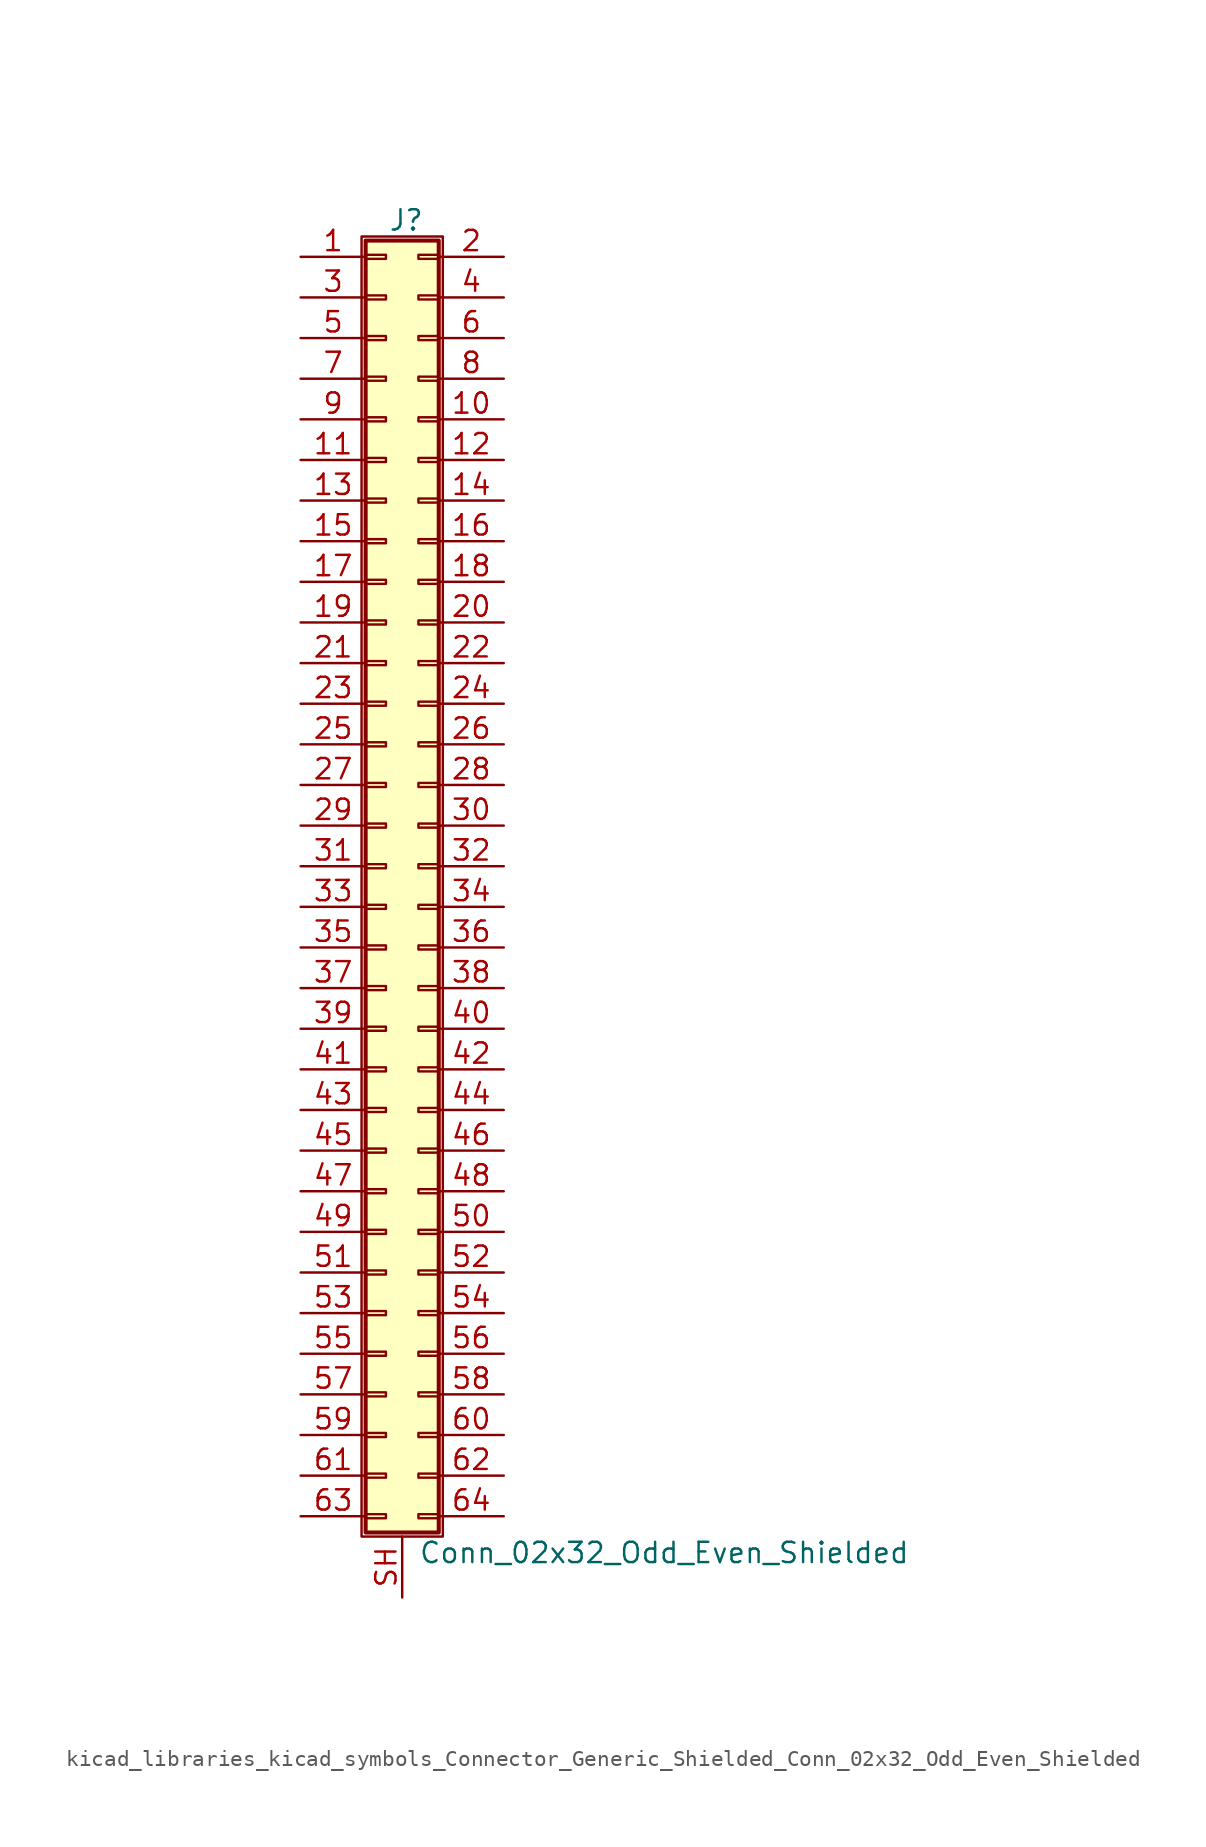
<source format=kicad_sym>
(kicad_symbol_lib
  (version 20220914)
  (generator kicad_symbol_editor)
  (symbol "kicad_libraries_kicad_symbols_Connector_Generic_Shielded_Conn_02x32_Odd_Even_Shielded"
    (pin_names
      (offset 1.016) hide)
    (property "Reference" "J"
      (at 1.524 40.386 0)
      (effects (font (size 1.27 1.27))))
    (property "Value" "Conn_02x32_Odd_Even_Shielded"
      (at 2.286 -42.926 0)
      (effects (font (size 1.27 1.27)) (justify left)))
    (symbol "kicad_libraries_kicad_symbols_Connector_Generic_Shielded_Conn_02x32_Odd_Even_Shielded_1_1"
      (rectangle (start -1.27 39.37) (end 3.81 -41.91) (stroke (width 0.152) (type default)) (fill (type none)))
      (rectangle (start -1.016 -40.513) (end 0.254 -40.767) (stroke (width 0.152) (type default)) (fill (type none)))
      (rectangle (start -1.016 -37.973) (end 0.254 -38.227) (stroke (width 0.152) (type default)) (fill (type none)))
      (rectangle (start -1.016 -35.433) (end 0.254 -35.687) (stroke (width 0.152) (type default)) (fill (type none)))
      (rectangle (start -1.016 -32.893) (end 0.254 -33.147) (stroke (width 0.152) (type default)) (fill (type none)))
      (rectangle (start -1.016 -30.353) (end 0.254 -30.607) (stroke (width 0.152) (type default)) (fill (type none)))
      (rectangle (start -1.016 -27.813) (end 0.254 -28.067) (stroke (width 0.152) (type default)) (fill (type none)))
      (rectangle (start -1.016 -25.273) (end 0.254 -25.527) (stroke (width 0.152) (type default)) (fill (type none)))
      (rectangle (start -1.016 -22.733) (end 0.254 -22.987) (stroke (width 0.152) (type default)) (fill (type none)))
      (rectangle (start -1.016 -20.193) (end 0.254 -20.447) (stroke (width 0.152) (type default)) (fill (type none)))
      (rectangle (start -1.016 -17.653) (end 0.254 -17.907) (stroke (width 0.152) (type default)) (fill (type none)))
      (rectangle (start -1.016 -15.113) (end 0.254 -15.367) (stroke (width 0.152) (type default)) (fill (type none)))
      (rectangle (start -1.016 -12.573) (end 0.254 -12.827) (stroke (width 0.152) (type default)) (fill (type none)))
      (rectangle (start -1.016 -10.033) (end 0.254 -10.287) (stroke (width 0.152) (type default)) (fill (type none)))
      (rectangle (start -1.016 -7.493) (end 0.254 -7.747) (stroke (width 0.152) (type default)) (fill (type none)))
      (rectangle (start -1.016 -4.953) (end 0.254 -5.207) (stroke (width 0.152) (type default)) (fill (type none)))
      (rectangle (start -1.016 -2.413) (end 0.254 -2.667) (stroke (width 0.152) (type default)) (fill (type none)))
      (rectangle (start -1.016 0.127) (end 0.254 -0.127) (stroke (width 0.152) (type default)) (fill (type none)))
      (rectangle (start -1.016 2.667) (end 0.254 2.413) (stroke (width 0.152) (type default)) (fill (type none)))
      (rectangle (start -1.016 5.207) (end 0.254 4.953) (stroke (width 0.152) (type default)) (fill (type none)))
      (rectangle (start -1.016 7.747) (end 0.254 7.493) (stroke (width 0.152) (type default)) (fill (type none)))
      (rectangle (start -1.016 10.287) (end 0.254 10.033) (stroke (width 0.152) (type default)) (fill (type none)))
      (rectangle (start -1.016 12.827) (end 0.254 12.573) (stroke (width 0.152) (type default)) (fill (type none)))
      (rectangle (start -1.016 15.367) (end 0.254 15.113) (stroke (width 0.152) (type default)) (fill (type none)))
      (rectangle (start -1.016 17.907) (end 0.254 17.653) (stroke (width 0.152) (type default)) (fill (type none)))
      (rectangle (start -1.016 20.447) (end 0.254 20.193) (stroke (width 0.152) (type default)) (fill (type none)))
      (rectangle (start -1.016 22.987) (end 0.254 22.733) (stroke (width 0.152) (type default)) (fill (type none)))
      (rectangle (start -1.016 25.527) (end 0.254 25.273) (stroke (width 0.152) (type default)) (fill (type none)))
      (rectangle (start -1.016 28.067) (end 0.254 27.813) (stroke (width 0.152) (type default)) (fill (type none)))
      (rectangle (start -1.016 30.607) (end 0.254 30.353) (stroke (width 0.152) (type default)) (fill (type none)))
      (rectangle (start -1.016 33.147) (end 0.254 32.893) (stroke (width 0.152) (type default)) (fill (type none)))
      (rectangle (start -1.016 35.687) (end 0.254 35.433) (stroke (width 0.152) (type default)) (fill (type none)))
      (rectangle (start -1.016 38.227) (end 0.254 37.973) (stroke (width 0.152) (type default)) (fill (type none)))
      (rectangle (start -1.016 39.116) (end 3.556 -41.656) (stroke (width 0.254) (type default)) (fill (type background)))
      (rectangle (start 3.556 -40.513) (end 2.286 -40.767) (stroke (width 0.152) (type default)) (fill (type none)))
      (rectangle (start 3.556 -37.973) (end 2.286 -38.227) (stroke (width 0.152) (type default)) (fill (type none)))
      (rectangle (start 3.556 -35.433) (end 2.286 -35.687) (stroke (width 0.152) (type default)) (fill (type none)))
      (rectangle (start 3.556 -32.893) (end 2.286 -33.147) (stroke (width 0.152) (type default)) (fill (type none)))
      (rectangle (start 3.556 -30.353) (end 2.286 -30.607) (stroke (width 0.152) (type default)) (fill (type none)))
      (rectangle (start 3.556 -27.813) (end 2.286 -28.067) (stroke (width 0.152) (type default)) (fill (type none)))
      (rectangle (start 3.556 -25.273) (end 2.286 -25.527) (stroke (width 0.152) (type default)) (fill (type none)))
      (rectangle (start 3.556 -22.733) (end 2.286 -22.987) (stroke (width 0.152) (type default)) (fill (type none)))
      (rectangle (start 3.556 -20.193) (end 2.286 -20.447) (stroke (width 0.152) (type default)) (fill (type none)))
      (rectangle (start 3.556 -17.653) (end 2.286 -17.907) (stroke (width 0.152) (type default)) (fill (type none)))
      (rectangle (start 3.556 -15.113) (end 2.286 -15.367) (stroke (width 0.152) (type default)) (fill (type none)))
      (rectangle (start 3.556 -12.573) (end 2.286 -12.827) (stroke (width 0.152) (type default)) (fill (type none)))
      (rectangle (start 3.556 -10.033) (end 2.286 -10.287) (stroke (width 0.152) (type default)) (fill (type none)))
      (rectangle (start 3.556 -7.493) (end 2.286 -7.747) (stroke (width 0.152) (type default)) (fill (type none)))
      (rectangle (start 3.556 -4.953) (end 2.286 -5.207) (stroke (width 0.152) (type default)) (fill (type none)))
      (rectangle (start 3.556 -2.413) (end 2.286 -2.667) (stroke (width 0.152) (type default)) (fill (type none)))
      (rectangle (start 3.556 0.127) (end 2.286 -0.127) (stroke (width 0.152) (type default)) (fill (type none)))
      (rectangle (start 3.556 2.667) (end 2.286 2.413) (stroke (width 0.152) (type default)) (fill (type none)))
      (rectangle (start 3.556 5.207) (end 2.286 4.953) (stroke (width 0.152) (type default)) (fill (type none)))
      (rectangle (start 3.556 7.747) (end 2.286 7.493) (stroke (width 0.152) (type default)) (fill (type none)))
      (rectangle (start 3.556 10.287) (end 2.286 10.033) (stroke (width 0.152) (type default)) (fill (type none)))
      (rectangle (start 3.556 12.827) (end 2.286 12.573) (stroke (width 0.152) (type default)) (fill (type none)))
      (rectangle (start 3.556 15.367) (end 2.286 15.113) (stroke (width 0.152) (type default)) (fill (type none)))
      (rectangle (start 3.556 17.907) (end 2.286 17.653) (stroke (width 0.152) (type default)) (fill (type none)))
      (rectangle (start 3.556 20.447) (end 2.286 20.193) (stroke (width 0.152) (type default)) (fill (type none)))
      (rectangle (start 3.556 22.987) (end 2.286 22.733) (stroke (width 0.152) (type default)) (fill (type none)))
      (rectangle (start 3.556 25.527) (end 2.286 25.273) (stroke (width 0.152) (type default)) (fill (type none)))
      (rectangle (start 3.556 28.067) (end 2.286 27.813) (stroke (width 0.152) (type default)) (fill (type none)))
      (rectangle (start 3.556 30.607) (end 2.286 30.353) (stroke (width 0.152) (type default)) (fill (type none)))
      (rectangle (start 3.556 33.147) (end 2.286 32.893) (stroke (width 0.152) (type default)) (fill (type none)))
      (rectangle (start 3.556 35.687) (end 2.286 35.433) (stroke (width 0.152) (type default)) (fill (type none)))
      (rectangle (start 3.556 38.227) (end 2.286 37.973) (stroke (width 0.152) (type default)) (fill (type none)))
      (pin passive line (at -5.08 38.1 0) (length 4.064) (name "Pin_1" (effects (font (size 1.27 1.27)))) (number "1" (effects (font (size 1.27 1.27)))))
      (pin passive line (at 7.62 27.94 180) (length 4.064) (name "Pin_10" (effects (font (size 1.27 1.27)))) (number "10" (effects (font (size 1.27 1.27)))))
      (pin passive line (at -5.08 25.4 0) (length 4.064) (name "Pin_11" (effects (font (size 1.27 1.27)))) (number "11" (effects (font (size 1.27 1.27)))))
      (pin passive line (at 7.62 25.4 180) (length 4.064) (name "Pin_12" (effects (font (size 1.27 1.27)))) (number "12" (effects (font (size 1.27 1.27)))))
      (pin passive line (at -5.08 22.86 0) (length 4.064) (name "Pin_13" (effects (font (size 1.27 1.27)))) (number "13" (effects (font (size 1.27 1.27)))))
      (pin passive line (at 7.62 22.86 180) (length 4.064) (name "Pin_14" (effects (font (size 1.27 1.27)))) (number "14" (effects (font (size 1.27 1.27)))))
      (pin passive line (at -5.08 20.32 0) (length 4.064) (name "Pin_15" (effects (font (size 1.27 1.27)))) (number "15" (effects (font (size 1.27 1.27)))))
      (pin passive line (at 7.62 20.32 180) (length 4.064) (name "Pin_16" (effects (font (size 1.27 1.27)))) (number "16" (effects (font (size 1.27 1.27)))))
      (pin passive line (at -5.08 17.78 0) (length 4.064) (name "Pin_17" (effects (font (size 1.27 1.27)))) (number "17" (effects (font (size 1.27 1.27)))))
      (pin passive line (at 7.62 17.78 180) (length 4.064) (name "Pin_18" (effects (font (size 1.27 1.27)))) (number "18" (effects (font (size 1.27 1.27)))))
      (pin passive line (at -5.08 15.24 0) (length 4.064) (name "Pin_19" (effects (font (size 1.27 1.27)))) (number "19" (effects (font (size 1.27 1.27)))))
      (pin passive line (at 7.62 38.1 180) (length 4.064) (name "Pin_2" (effects (font (size 1.27 1.27)))) (number "2" (effects (font (size 1.27 1.27)))))
      (pin passive line (at 7.62 15.24 180) (length 4.064) (name "Pin_20" (effects (font (size 1.27 1.27)))) (number "20" (effects (font (size 1.27 1.27)))))
      (pin passive line (at -5.08 12.7 0) (length 4.064) (name "Pin_21" (effects (font (size 1.27 1.27)))) (number "21" (effects (font (size 1.27 1.27)))))
      (pin passive line (at 7.62 12.7 180) (length 4.064) (name "Pin_22" (effects (font (size 1.27 1.27)))) (number "22" (effects (font (size 1.27 1.27)))))
      (pin passive line (at -5.08 10.16 0) (length 4.064) (name "Pin_23" (effects (font (size 1.27 1.27)))) (number "23" (effects (font (size 1.27 1.27)))))
      (pin passive line (at 7.62 10.16 180) (length 4.064) (name "Pin_24" (effects (font (size 1.27 1.27)))) (number "24" (effects (font (size 1.27 1.27)))))
      (pin passive line (at -5.08 7.62 0) (length 4.064) (name "Pin_25" (effects (font (size 1.27 1.27)))) (number "25" (effects (font (size 1.27 1.27)))))
      (pin passive line (at 7.62 7.62 180) (length 4.064) (name "Pin_26" (effects (font (size 1.27 1.27)))) (number "26" (effects (font (size 1.27 1.27)))))
      (pin passive line (at -5.08 5.08 0) (length 4.064) (name "Pin_27" (effects (font (size 1.27 1.27)))) (number "27" (effects (font (size 1.27 1.27)))))
      (pin passive line (at 7.62 5.08 180) (length 4.064) (name "Pin_28" (effects (font (size 1.27 1.27)))) (number "28" (effects (font (size 1.27 1.27)))))
      (pin passive line (at -5.08 2.54 0) (length 4.064) (name "Pin_29" (effects (font (size 1.27 1.27)))) (number "29" (effects (font (size 1.27 1.27)))))
      (pin passive line (at -5.08 35.56 0) (length 4.064) (name "Pin_3" (effects (font (size 1.27 1.27)))) (number "3" (effects (font (size 1.27 1.27)))))
      (pin passive line (at 7.62 2.54 180) (length 4.064) (name "Pin_30" (effects (font (size 1.27 1.27)))) (number "30" (effects (font (size 1.27 1.27)))))
      (pin passive line (at -5.08 0 0) (length 4.064) (name "Pin_31" (effects (font (size 1.27 1.27)))) (number "31" (effects (font (size 1.27 1.27)))))
      (pin passive line (at 7.62 0 180) (length 4.064) (name "Pin_32" (effects (font (size 1.27 1.27)))) (number "32" (effects (font (size 1.27 1.27)))))
      (pin passive line (at -5.08 -2.54 0) (length 4.064) (name "Pin_33" (effects (font (size 1.27 1.27)))) (number "33" (effects (font (size 1.27 1.27)))))
      (pin passive line (at 7.62 -2.54 180) (length 4.064) (name "Pin_34" (effects (font (size 1.27 1.27)))) (number "34" (effects (font (size 1.27 1.27)))))
      (pin passive line (at -5.08 -5.08 0) (length 4.064) (name "Pin_35" (effects (font (size 1.27 1.27)))) (number "35" (effects (font (size 1.27 1.27)))))
      (pin passive line (at 7.62 -5.08 180) (length 4.064) (name "Pin_36" (effects (font (size 1.27 1.27)))) (number "36" (effects (font (size 1.27 1.27)))))
      (pin passive line (at -5.08 -7.62 0) (length 4.064) (name "Pin_37" (effects (font (size 1.27 1.27)))) (number "37" (effects (font (size 1.27 1.27)))))
      (pin passive line (at 7.62 -7.62 180) (length 4.064) (name "Pin_38" (effects (font (size 1.27 1.27)))) (number "38" (effects (font (size 1.27 1.27)))))
      (pin passive line (at -5.08 -10.16 0) (length 4.064) (name "Pin_39" (effects (font (size 1.27 1.27)))) (number "39" (effects (font (size 1.27 1.27)))))
      (pin passive line (at 7.62 35.56 180) (length 4.064) (name "Pin_4" (effects (font (size 1.27 1.27)))) (number "4" (effects (font (size 1.27 1.27)))))
      (pin passive line (at 7.62 -10.16 180) (length 4.064) (name "Pin_40" (effects (font (size 1.27 1.27)))) (number "40" (effects (font (size 1.27 1.27)))))
      (pin passive line (at -5.08 -12.7 0) (length 4.064) (name "Pin_41" (effects (font (size 1.27 1.27)))) (number "41" (effects (font (size 1.27 1.27)))))
      (pin passive line (at 7.62 -12.7 180) (length 4.064) (name "Pin_42" (effects (font (size 1.27 1.27)))) (number "42" (effects (font (size 1.27 1.27)))))
      (pin passive line (at -5.08 -15.24 0) (length 4.064) (name "Pin_43" (effects (font (size 1.27 1.27)))) (number "43" (effects (font (size 1.27 1.27)))))
      (pin passive line (at 7.62 -15.24 180) (length 4.064) (name "Pin_44" (effects (font (size 1.27 1.27)))) (number "44" (effects (font (size 1.27 1.27)))))
      (pin passive line (at -5.08 -17.78 0) (length 4.064) (name "Pin_45" (effects (font (size 1.27 1.27)))) (number "45" (effects (font (size 1.27 1.27)))))
      (pin passive line (at 7.62 -17.78 180) (length 4.064) (name "Pin_46" (effects (font (size 1.27 1.27)))) (number "46" (effects (font (size 1.27 1.27)))))
      (pin passive line (at -5.08 -20.32 0) (length 4.064) (name "Pin_47" (effects (font (size 1.27 1.27)))) (number "47" (effects (font (size 1.27 1.27)))))
      (pin passive line (at 7.62 -20.32 180) (length 4.064) (name "Pin_48" (effects (font (size 1.27 1.27)))) (number "48" (effects (font (size 1.27 1.27)))))
      (pin passive line (at -5.08 -22.86 0) (length 4.064) (name "Pin_49" (effects (font (size 1.27 1.27)))) (number "49" (effects (font (size 1.27 1.27)))))
      (pin passive line (at -5.08 33.02 0) (length 4.064) (name "Pin_5" (effects (font (size 1.27 1.27)))) (number "5" (effects (font (size 1.27 1.27)))))
      (pin passive line (at 7.62 -22.86 180) (length 4.064) (name "Pin_50" (effects (font (size 1.27 1.27)))) (number "50" (effects (font (size 1.27 1.27)))))
      (pin passive line (at -5.08 -25.4 0) (length 4.064) (name "Pin_51" (effects (font (size 1.27 1.27)))) (number "51" (effects (font (size 1.27 1.27)))))
      (pin passive line (at 7.62 -25.4 180) (length 4.064) (name "Pin_52" (effects (font (size 1.27 1.27)))) (number "52" (effects (font (size 1.27 1.27)))))
      (pin passive line (at -5.08 -27.94 0) (length 4.064) (name "Pin_53" (effects (font (size 1.27 1.27)))) (number "53" (effects (font (size 1.27 1.27)))))
      (pin passive line (at 7.62 -27.94 180) (length 4.064) (name "Pin_54" (effects (font (size 1.27 1.27)))) (number "54" (effects (font (size 1.27 1.27)))))
      (pin passive line (at -5.08 -30.48 0) (length 4.064) (name "Pin_55" (effects (font (size 1.27 1.27)))) (number "55" (effects (font (size 1.27 1.27)))))
      (pin passive line (at 7.62 -30.48 180) (length 4.064) (name "Pin_56" (effects (font (size 1.27 1.27)))) (number "56" (effects (font (size 1.27 1.27)))))
      (pin passive line (at -5.08 -33.02 0) (length 4.064) (name "Pin_57" (effects (font (size 1.27 1.27)))) (number "57" (effects (font (size 1.27 1.27)))))
      (pin passive line (at 7.62 -33.02 180) (length 4.064) (name "Pin_58" (effects (font (size 1.27 1.27)))) (number "58" (effects (font (size 1.27 1.27)))))
      (pin passive line (at -5.08 -35.56 0) (length 4.064) (name "Pin_59" (effects (font (size 1.27 1.27)))) (number "59" (effects (font (size 1.27 1.27)))))
      (pin passive line (at 7.62 33.02 180) (length 4.064) (name "Pin_6" (effects (font (size 1.27 1.27)))) (number "6" (effects (font (size 1.27 1.27)))))
      (pin passive line (at 7.62 -35.56 180) (length 4.064) (name "Pin_60" (effects (font (size 1.27 1.27)))) (number "60" (effects (font (size 1.27 1.27)))))
      (pin passive line (at -5.08 -38.1 0) (length 4.064) (name "Pin_61" (effects (font (size 1.27 1.27)))) (number "61" (effects (font (size 1.27 1.27)))))
      (pin passive line (at 7.62 -38.1 180) (length 4.064) (name "Pin_62" (effects (font (size 1.27 1.27)))) (number "62" (effects (font (size 1.27 1.27)))))
      (pin passive line (at -5.08 -40.64 0) (length 4.064) (name "Pin_63" (effects (font (size 1.27 1.27)))) (number "63" (effects (font (size 1.27 1.27)))))
      (pin passive line (at 7.62 -40.64 180) (length 4.064) (name "Pin_64" (effects (font (size 1.27 1.27)))) (number "64" (effects (font (size 1.27 1.27)))))
      (pin passive line (at -5.08 30.48 0) (length 4.064) (name "Pin_7" (effects (font (size 1.27 1.27)))) (number "7" (effects (font (size 1.27 1.27)))))
      (pin passive line (at 7.62 30.48 180) (length 4.064) (name "Pin_8" (effects (font (size 1.27 1.27)))) (number "8" (effects (font (size 1.27 1.27)))))
      (pin passive line (at -5.08 27.94 0) (length 4.064) (name "Pin_9" (effects (font (size 1.27 1.27)))) (number "9" (effects (font (size 1.27 1.27)))))
      (pin passive line (at 1.27 -45.72 90) (length 3.81) (name "Shield" (effects (font (size 1.27 1.27)))) (number "SH" (effects (font (size 1.27 1.27))))))))
</source>
